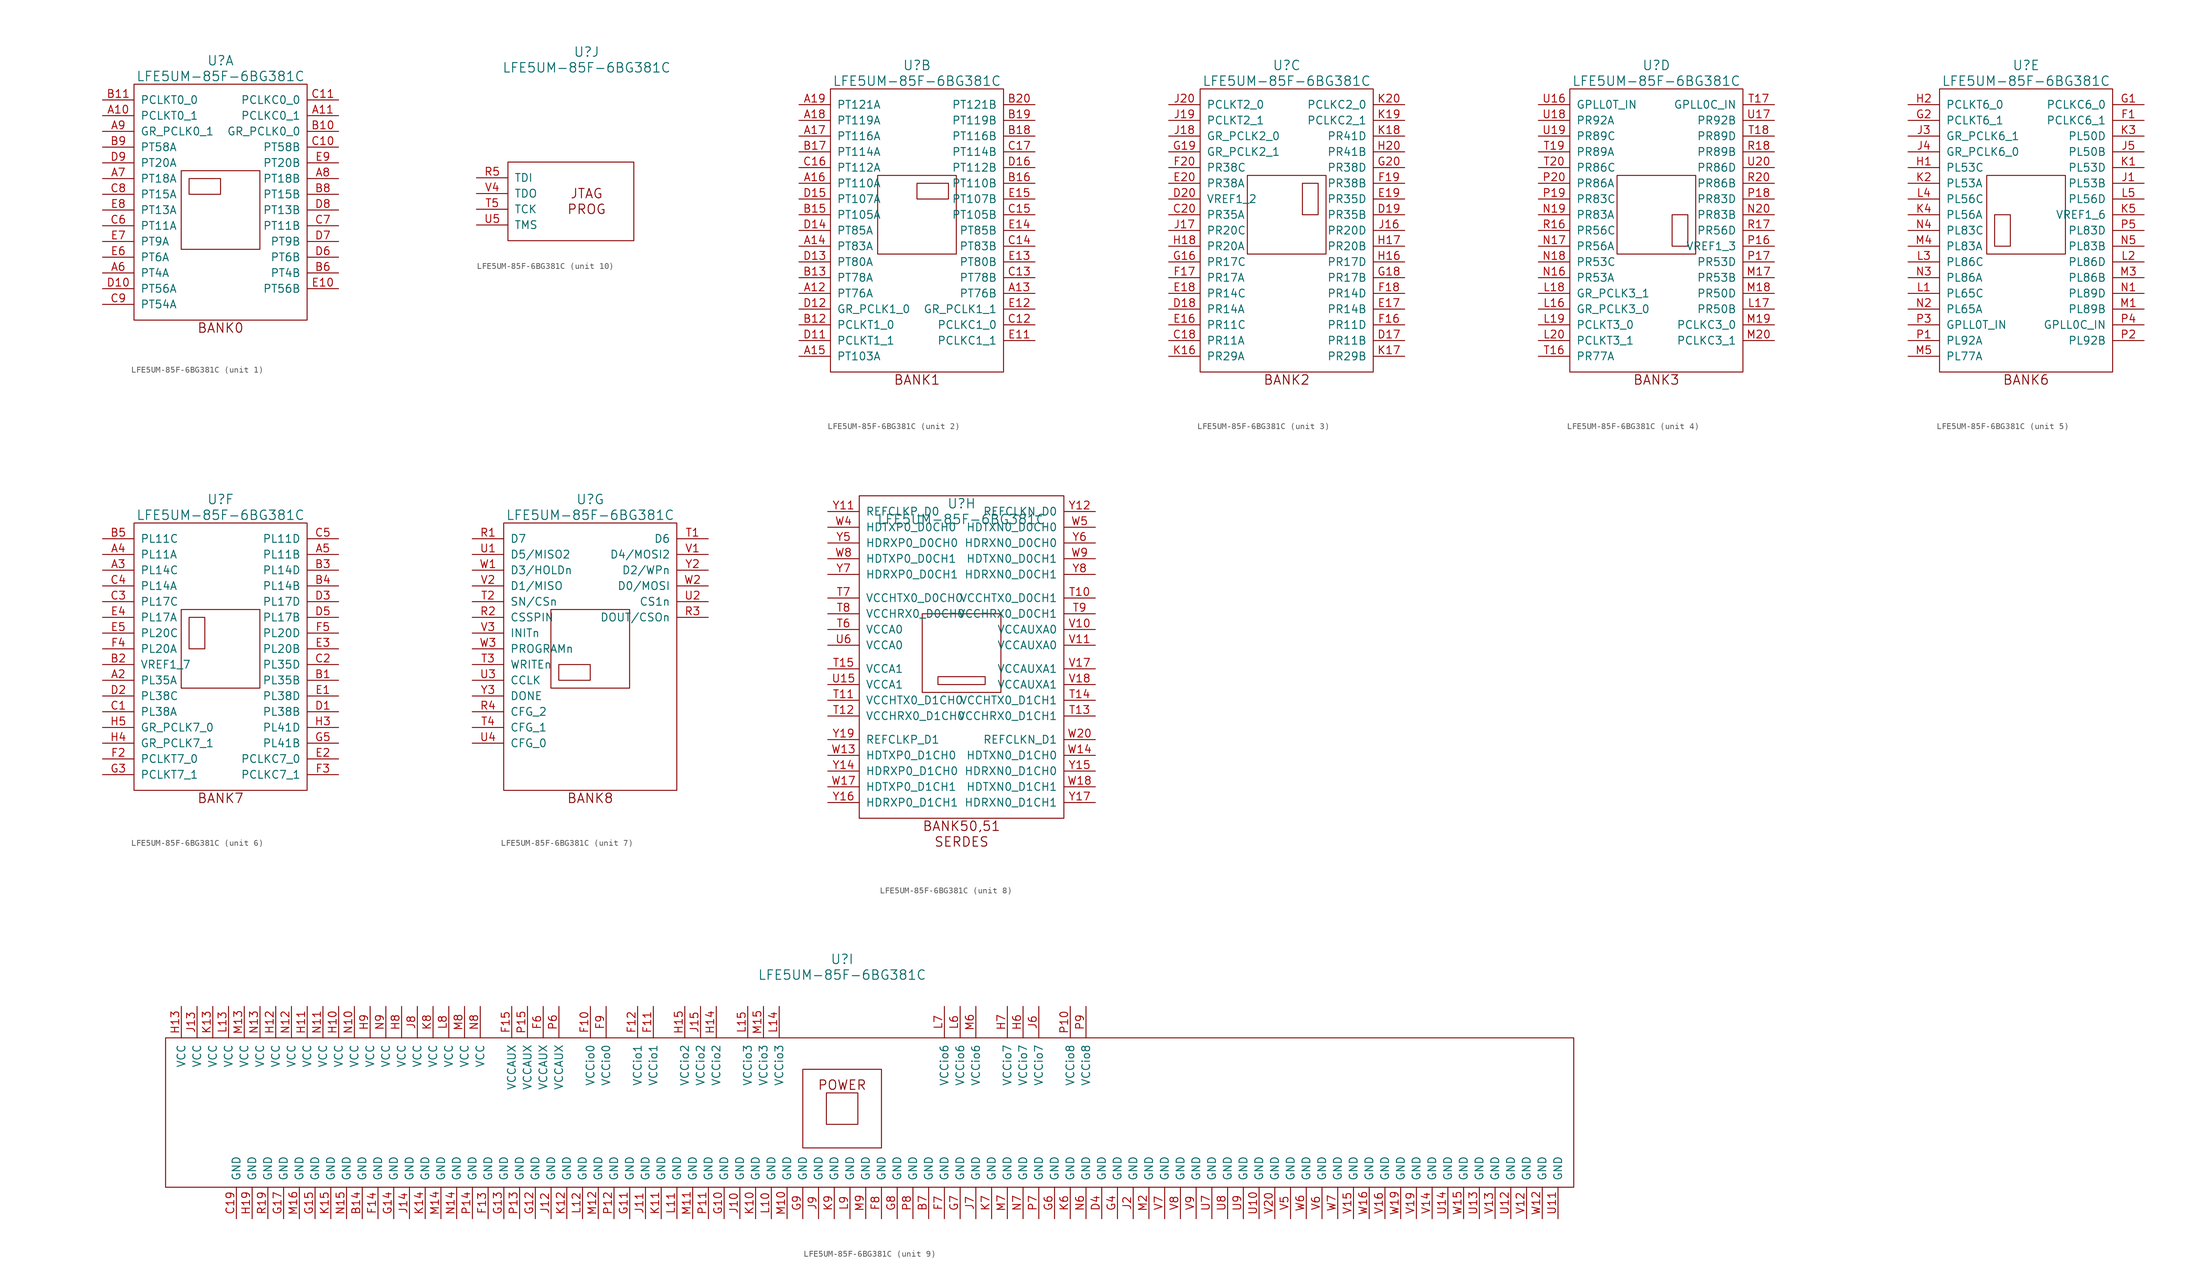
<source format=kicad_sym>
(kicad_symbol_lib
  (version 20241209)
  (generator "kicad_symbol_editor")
  (generator_version "9.0")
  (symbol "LFE5UM-85F-6BG381C"
    (pin_names
      (offset 1.016))
    (property "Reference" "U"
      (at 0 24.13 0)
      (effects (font (size 1.524 1.524))))
    (property "Value" "LFE5UM-85F-6BG381C"
      (at 0 21.59 0)
      (effects (font (size 1.524 1.524))))
    (property "Footprint" ""
      (at -26.67 24.13 0)
      (effects (font (size 1.524 1.524))))
    (property "Datasheet" ""
      (at -26.67 24.13 0)
      (effects (font (size 1.524 1.524))))
    (property "ki_locked" ""
      (at 0 0 0)
      (effects (font (size 1.27 1.27))))
    (symbol "LFE5UM-85F-6BG381C_1_1"
      (rectangle (start -13.97 20.32) (end 13.97 -17.78) (stroke (width 0) (type solid)) (fill (type none)))
      (rectangle (start -6.35 6.35) (end 6.35 -6.35) (stroke (width 0) (type solid)) (fill (type none)))
      (rectangle (start -5.08 5.08) (end 0 2.54) (stroke (width 0) (type solid)) (fill (type none)))
      (text "BANK0" (at 0 -19.05 0) (effects (font (size 1.524 1.524))))
      (pin input line (at -19.05 17.78 0) (length 5.08) (name "PCLKT0_0" (effects (font (size 1.27 1.27)))) (number "B11" (effects (font (size 1.27 1.27)))))
      (pin input line (at -19.05 15.24 0) (length 5.08) (name "PCLKT0_1" (effects (font (size 1.27 1.27)))) (number "A10" (effects (font (size 1.27 1.27)))))
      (pin input line (at -19.05 12.7 0) (length 5.08) (name "GR_PCLK0_1" (effects (font (size 1.27 1.27)))) (number "A9" (effects (font (size 1.27 1.27)))))
      (pin input line (at -19.05 10.16 0) (length 5.08) (name "PT58A" (effects (font (size 1.27 1.27)))) (number "B9" (effects (font (size 1.27 1.27)))))
      (pin input line (at -19.05 7.62 0) (length 5.08) (name "PT20A" (effects (font (size 1.27 1.27)))) (number "D9" (effects (font (size 1.27 1.27)))))
      (pin input line (at -19.05 5.08 0) (length 5.08) (name "PT18A" (effects (font (size 1.27 1.27)))) (number "A7" (effects (font (size 1.27 1.27)))))
      (pin input line (at -19.05 2.54 0) (length 5.08) (name "PT15A" (effects (font (size 1.27 1.27)))) (number "C8" (effects (font (size 1.27 1.27)))))
      (pin input line (at -19.05 0 0) (length 5.08) (name "PT13A" (effects (font (size 1.27 1.27)))) (number "E8" (effects (font (size 1.27 1.27)))))
      (pin input line (at -19.05 -2.54 0) (length 5.08) (name "PT11A" (effects (font (size 1.27 1.27)))) (number "C6" (effects (font (size 1.27 1.27)))))
      (pin input line (at -19.05 -5.08 0) (length 5.08) (name "PT9A" (effects (font (size 1.27 1.27)))) (number "E7" (effects (font (size 1.27 1.27)))))
      (pin input line (at -19.05 -7.62 0) (length 5.08) (name "PT6A" (effects (font (size 1.27 1.27)))) (number "E6" (effects (font (size 1.27 1.27)))))
      (pin input line (at -19.05 -10.16 0) (length 5.08) (name "PT4A" (effects (font (size 1.27 1.27)))) (number "A6" (effects (font (size 1.27 1.27)))))
      (pin input line (at -19.05 -12.7 0) (length 5.08) (name "PT56A" (effects (font (size 1.27 1.27)))) (number "D10" (effects (font (size 1.27 1.27)))))
      (pin input line (at -19.05 -15.24 0) (length 5.08) (name "PT54A" (effects (font (size 1.27 1.27)))) (number "C9" (effects (font (size 1.27 1.27)))))
      (pin input line (at 19.05 17.78 180) (length 5.08) (name "PCLKC0_0" (effects (font (size 1.27 1.27)))) (number "C11" (effects (font (size 1.27 1.27)))))
      (pin input line (at 19.05 15.24 180) (length 5.08) (name "PCLKC0_1" (effects (font (size 1.27 1.27)))) (number "A11" (effects (font (size 1.27 1.27)))))
      (pin input line (at 19.05 12.7 180) (length 5.08) (name "GR_PCLK0_0" (effects (font (size 1.27 1.27)))) (number "B10" (effects (font (size 1.27 1.27)))))
      (pin input line (at 19.05 10.16 180) (length 5.08) (name "PT58B" (effects (font (size 1.27 1.27)))) (number "C10" (effects (font (size 1.27 1.27)))))
      (pin input line (at 19.05 7.62 180) (length 5.08) (name "PT20B" (effects (font (size 1.27 1.27)))) (number "E9" (effects (font (size 1.27 1.27)))))
      (pin input line (at 19.05 5.08 180) (length 5.08) (name "PT18B" (effects (font (size 1.27 1.27)))) (number "A8" (effects (font (size 1.27 1.27)))))
      (pin input line (at 19.05 2.54 180) (length 5.08) (name "PT15B" (effects (font (size 1.27 1.27)))) (number "B8" (effects (font (size 1.27 1.27)))))
      (pin input line (at 19.05 0 180) (length 5.08) (name "PT13B" (effects (font (size 1.27 1.27)))) (number "D8" (effects (font (size 1.27 1.27)))))
      (pin input line (at 19.05 -2.54 180) (length 5.08) (name "PT11B" (effects (font (size 1.27 1.27)))) (number "C7" (effects (font (size 1.27 1.27)))))
      (pin input line (at 19.05 -5.08 180) (length 5.08) (name "PT9B" (effects (font (size 1.27 1.27)))) (number "D7" (effects (font (size 1.27 1.27)))))
      (pin input line (at 19.05 -7.62 180) (length 5.08) (name "PT6B" (effects (font (size 1.27 1.27)))) (number "D6" (effects (font (size 1.27 1.27)))))
      (pin input line (at 19.05 -10.16 180) (length 5.08) (name "PT4B" (effects (font (size 1.27 1.27)))) (number "B6" (effects (font (size 1.27 1.27)))))
      (pin input line (at 19.05 -12.7 180) (length 5.08) (name "PT56B" (effects (font (size 1.27 1.27)))) (number "E10" (effects (font (size 1.27 1.27))))))
    (symbol "LFE5UM-85F-6BG381C_2_0"
      (text "BANK1" (at 0 -26.67 0) (effects (font (size 1.524 1.524)))))
    (symbol "LFE5UM-85F-6BG381C_2_1"
      (rectangle (start -13.97 20.32) (end 13.97 -25.4) (stroke (width 0) (type solid)) (fill (type none)))
      (rectangle (start -6.35 6.35) (end 6.35 -6.35) (stroke (width 0) (type solid)) (fill (type none)))
      (rectangle (start 0 5.08) (end 5.08 2.54) (stroke (width 0) (type solid)) (fill (type none)))
      (pin input line (at -19.05 17.78 0) (length 5.08) (name "PT121A" (effects (font (size 1.27 1.27)))) (number "A19" (effects (font (size 1.27 1.27)))))
      (pin input line (at -19.05 15.24 0) (length 5.08) (name "PT119A" (effects (font (size 1.27 1.27)))) (number "A18" (effects (font (size 1.27 1.27)))))
      (pin input line (at -19.05 12.7 0) (length 5.08) (name "PT116A" (effects (font (size 1.27 1.27)))) (number "A17" (effects (font (size 1.27 1.27)))))
      (pin input line (at -19.05 10.16 0) (length 5.08) (name "PT114A" (effects (font (size 1.27 1.27)))) (number "B17" (effects (font (size 1.27 1.27)))))
      (pin input line (at -19.05 7.62 0) (length 5.08) (name "PT112A" (effects (font (size 1.27 1.27)))) (number "C16" (effects (font (size 1.27 1.27)))))
      (pin input line (at -19.05 5.08 0) (length 5.08) (name "PT110A" (effects (font (size 1.27 1.27)))) (number "A16" (effects (font (size 1.27 1.27)))))
      (pin input line (at -19.05 2.54 0) (length 5.08) (name "PT107A" (effects (font (size 1.27 1.27)))) (number "D15" (effects (font (size 1.27 1.27)))))
      (pin input line (at -19.05 0 0) (length 5.08) (name "PT105A" (effects (font (size 1.27 1.27)))) (number "B15" (effects (font (size 1.27 1.27)))))
      (pin input line (at -19.05 -2.54 0) (length 5.08) (name "PT85A" (effects (font (size 1.27 1.27)))) (number "D14" (effects (font (size 1.27 1.27)))))
      (pin input line (at -19.05 -5.08 0) (length 5.08) (name "PT83A" (effects (font (size 1.27 1.27)))) (number "A14" (effects (font (size 1.27 1.27)))))
      (pin input line (at -19.05 -7.62 0) (length 5.08) (name "PT80A" (effects (font (size 1.27 1.27)))) (number "D13" (effects (font (size 1.27 1.27)))))
      (pin input line (at -19.05 -10.16 0) (length 5.08) (name "PT78A" (effects (font (size 1.27 1.27)))) (number "B13" (effects (font (size 1.27 1.27)))))
      (pin input line (at -19.05 -12.7 0) (length 5.08) (name "PT76A" (effects (font (size 1.27 1.27)))) (number "A12" (effects (font (size 1.27 1.27)))))
      (pin input line (at -19.05 -15.24 0) (length 5.08) (name "GR_PCLK1_0" (effects (font (size 1.27 1.27)))) (number "D12" (effects (font (size 1.27 1.27)))))
      (pin input line (at -19.05 -17.78 0) (length 5.08) (name "PCLKT1_0" (effects (font (size 1.27 1.27)))) (number "B12" (effects (font (size 1.27 1.27)))))
      (pin input line (at -19.05 -20.32 0) (length 5.08) (name "PCLKT1_1" (effects (font (size 1.27 1.27)))) (number "D11" (effects (font (size 1.27 1.27)))))
      (pin input line (at -19.05 -22.86 0) (length 5.08) (name "PT103A" (effects (font (size 1.27 1.27)))) (number "A15" (effects (font (size 1.27 1.27)))))
      (pin input line (at 19.05 17.78 180) (length 5.08) (name "PT121B" (effects (font (size 1.27 1.27)))) (number "B20" (effects (font (size 1.27 1.27)))))
      (pin input line (at 19.05 15.24 180) (length 5.08) (name "PT119B" (effects (font (size 1.27 1.27)))) (number "B19" (effects (font (size 1.27 1.27)))))
      (pin input line (at 19.05 12.7 180) (length 5.08) (name "PT116B" (effects (font (size 1.27 1.27)))) (number "B18" (effects (font (size 1.27 1.27)))))
      (pin input line (at 19.05 10.16 180) (length 5.08) (name "PT114B" (effects (font (size 1.27 1.27)))) (number "C17" (effects (font (size 1.27 1.27)))))
      (pin input line (at 19.05 7.62 180) (length 5.08) (name "PT112B" (effects (font (size 1.27 1.27)))) (number "D16" (effects (font (size 1.27 1.27)))))
      (pin input line (at 19.05 5.08 180) (length 5.08) (name "PT110B" (effects (font (size 1.27 1.27)))) (number "B16" (effects (font (size 1.27 1.27)))))
      (pin input line (at 19.05 2.54 180) (length 5.08) (name "PT107B" (effects (font (size 1.27 1.27)))) (number "E15" (effects (font (size 1.27 1.27)))))
      (pin input line (at 19.05 0 180) (length 5.08) (name "PT105B" (effects (font (size 1.27 1.27)))) (number "C15" (effects (font (size 1.27 1.27)))))
      (pin input line (at 19.05 -2.54 180) (length 5.08) (name "PT85B" (effects (font (size 1.27 1.27)))) (number "E14" (effects (font (size 1.27 1.27)))))
      (pin input line (at 19.05 -5.08 180) (length 5.08) (name "PT83B" (effects (font (size 1.27 1.27)))) (number "C14" (effects (font (size 1.27 1.27)))))
      (pin input line (at 19.05 -7.62 180) (length 5.08) (name "PT80B" (effects (font (size 1.27 1.27)))) (number "E13" (effects (font (size 1.27 1.27)))))
      (pin input line (at 19.05 -10.16 180) (length 5.08) (name "PT78B" (effects (font (size 1.27 1.27)))) (number "C13" (effects (font (size 1.27 1.27)))))
      (pin input line (at 19.05 -12.7 180) (length 5.08) (name "PT76B" (effects (font (size 1.27 1.27)))) (number "A13" (effects (font (size 1.27 1.27)))))
      (pin input line (at 19.05 -15.24 180) (length 5.08) (name "GR_PCLK1_1" (effects (font (size 1.27 1.27)))) (number "E12" (effects (font (size 1.27 1.27)))))
      (pin input line (at 19.05 -17.78 180) (length 5.08) (name "PCLKC1_0" (effects (font (size 1.27 1.27)))) (number "C12" (effects (font (size 1.27 1.27)))))
      (pin input line (at 19.05 -20.32 180) (length 5.08) (name "PCLKC1_1" (effects (font (size 1.27 1.27)))) (number "E11" (effects (font (size 1.27 1.27))))))
    (symbol "LFE5UM-85F-6BG381C_3_0"
      (text "BANK2" (at 0 -26.67 0) (effects (font (size 1.524 1.524)))))
    (symbol "LFE5UM-85F-6BG381C_3_1"
      (rectangle (start -13.97 20.32) (end 13.97 -25.4) (stroke (width 0) (type solid)) (fill (type none)))
      (rectangle (start -6.35 6.35) (end 6.35 -6.35) (stroke (width 0) (type solid)) (fill (type none)))
      (rectangle (start 5.08 5.08) (end 2.54 0) (stroke (width 0) (type solid)) (fill (type none)))
      (pin input line (at -19.05 17.78 0) (length 5.08) (name "PCLKT2_0" (effects (font (size 1.27 1.27)))) (number "J20" (effects (font (size 1.27 1.27)))))
      (pin input line (at -19.05 15.24 0) (length 5.08) (name "PCLKT2_1" (effects (font (size 1.27 1.27)))) (number "J19" (effects (font (size 1.27 1.27)))))
      (pin input line (at -19.05 12.7 0) (length 5.08) (name "GR_PCLK2_0" (effects (font (size 1.27 1.27)))) (number "J18" (effects (font (size 1.27 1.27)))))
      (pin input line (at -19.05 10.16 0) (length 5.08) (name "GR_PCLK2_1" (effects (font (size 1.27 1.27)))) (number "G19" (effects (font (size 1.27 1.27)))))
      (pin input line (at -19.05 7.62 0) (length 5.08) (name "PR38C" (effects (font (size 1.27 1.27)))) (number "F20" (effects (font (size 1.27 1.27)))))
      (pin input line (at -19.05 5.08 0) (length 5.08) (name "PR38A" (effects (font (size 1.27 1.27)))) (number "E20" (effects (font (size 1.27 1.27)))))
      (pin input line (at -19.05 2.54 0) (length 5.08) (name "VREF1_2" (effects (font (size 1.27 1.27)))) (number "D20" (effects (font (size 1.27 1.27)))))
      (pin input line (at -19.05 0 0) (length 5.08) (name "PR35A" (effects (font (size 1.27 1.27)))) (number "C20" (effects (font (size 1.27 1.27)))))
      (pin input line (at -19.05 -2.54 0) (length 5.08) (name "PR20C" (effects (font (size 1.27 1.27)))) (number "J17" (effects (font (size 1.27 1.27)))))
      (pin input line (at -19.05 -5.08 0) (length 5.08) (name "PR20A" (effects (font (size 1.27 1.27)))) (number "H18" (effects (font (size 1.27 1.27)))))
      (pin input line (at -19.05 -7.62 0) (length 5.08) (name "PR17C" (effects (font (size 1.27 1.27)))) (number "G16" (effects (font (size 1.27 1.27)))))
      (pin input line (at -19.05 -10.16 0) (length 5.08) (name "PR17A" (effects (font (size 1.27 1.27)))) (number "F17" (effects (font (size 1.27 1.27)))))
      (pin input line (at -19.05 -12.7 0) (length 5.08) (name "PR14C" (effects (font (size 1.27 1.27)))) (number "E18" (effects (font (size 1.27 1.27)))))
      (pin input line (at -19.05 -15.24 0) (length 5.08) (name "PR14A" (effects (font (size 1.27 1.27)))) (number "D18" (effects (font (size 1.27 1.27)))))
      (pin input line (at -19.05 -17.78 0) (length 5.08) (name "PR11C" (effects (font (size 1.27 1.27)))) (number "E16" (effects (font (size 1.27 1.27)))))
      (pin input line (at -19.05 -20.32 0) (length 5.08) (name "PR11A" (effects (font (size 1.27 1.27)))) (number "C18" (effects (font (size 1.27 1.27)))))
      (pin input line (at -19.05 -22.86 0) (length 5.08) (name "PR29A" (effects (font (size 1.27 1.27)))) (number "K16" (effects (font (size 1.27 1.27)))))
      (pin input line (at 19.05 17.78 180) (length 5.08) (name "PCLKC2_0" (effects (font (size 1.27 1.27)))) (number "K20" (effects (font (size 1.27 1.27)))))
      (pin input line (at 19.05 15.24 180) (length 5.08) (name "PCLKC2_1" (effects (font (size 1.27 1.27)))) (number "K19" (effects (font (size 1.27 1.27)))))
      (pin input line (at 19.05 12.7 180) (length 5.08) (name "PR41D" (effects (font (size 1.27 1.27)))) (number "K18" (effects (font (size 1.27 1.27)))))
      (pin input line (at 19.05 10.16 180) (length 5.08) (name "PR41B" (effects (font (size 1.27 1.27)))) (number "H20" (effects (font (size 1.27 1.27)))))
      (pin input line (at 19.05 7.62 180) (length 5.08) (name "PR38D" (effects (font (size 1.27 1.27)))) (number "G20" (effects (font (size 1.27 1.27)))))
      (pin input line (at 19.05 5.08 180) (length 5.08) (name "PR38B" (effects (font (size 1.27 1.27)))) (number "F19" (effects (font (size 1.27 1.27)))))
      (pin input line (at 19.05 2.54 180) (length 5.08) (name "PR35D" (effects (font (size 1.27 1.27)))) (number "E19" (effects (font (size 1.27 1.27)))))
      (pin input line (at 19.05 0 180) (length 5.08) (name "PR35B" (effects (font (size 1.27 1.27)))) (number "D19" (effects (font (size 1.27 1.27)))))
      (pin input line (at 19.05 -2.54 180) (length 5.08) (name "PR20D" (effects (font (size 1.27 1.27)))) (number "J16" (effects (font (size 1.27 1.27)))))
      (pin input line (at 19.05 -5.08 180) (length 5.08) (name "PR20B" (effects (font (size 1.27 1.27)))) (number "H17" (effects (font (size 1.27 1.27)))))
      (pin input line (at 19.05 -7.62 180) (length 5.08) (name "PR17D" (effects (font (size 1.27 1.27)))) (number "H16" (effects (font (size 1.27 1.27)))))
      (pin input line (at 19.05 -10.16 180) (length 5.08) (name "PR17B" (effects (font (size 1.27 1.27)))) (number "G18" (effects (font (size 1.27 1.27)))))
      (pin input line (at 19.05 -12.7 180) (length 5.08) (name "PR14D" (effects (font (size 1.27 1.27)))) (number "F18" (effects (font (size 1.27 1.27)))))
      (pin input line (at 19.05 -15.24 180) (length 5.08) (name "PR14B" (effects (font (size 1.27 1.27)))) (number "E17" (effects (font (size 1.27 1.27)))))
      (pin input line (at 19.05 -17.78 180) (length 5.08) (name "PR11D" (effects (font (size 1.27 1.27)))) (number "F16" (effects (font (size 1.27 1.27)))))
      (pin input line (at 19.05 -20.32 180) (length 5.08) (name "PR11B" (effects (font (size 1.27 1.27)))) (number "D17" (effects (font (size 1.27 1.27)))))
      (pin input line (at 19.05 -22.86 180) (length 5.08) (name "PR29B" (effects (font (size 1.27 1.27)))) (number "K17" (effects (font (size 1.27 1.27))))))
    (symbol "LFE5UM-85F-6BG381C_4_0"
      (text "BANK3" (at 0 -26.67 0) (effects (font (size 1.524 1.524)))))
    (symbol "LFE5UM-85F-6BG381C_4_1"
      (rectangle (start -13.97 20.32) (end 13.97 -25.4) (stroke (width 0) (type solid)) (fill (type none)))
      (rectangle (start -6.35 6.35) (end 6.35 -6.35) (stroke (width 0) (type solid)) (fill (type none)))
      (rectangle (start 2.54 0) (end 5.08 -5.08) (stroke (width 0) (type solid)) (fill (type none)))
      (pin input line (at -19.05 17.78 0) (length 5.08) (name "GPLL0T_IN" (effects (font (size 1.27 1.27)))) (number "U16" (effects (font (size 1.27 1.27)))))
      (pin input line (at -19.05 15.24 0) (length 5.08) (name "PR92A" (effects (font (size 1.27 1.27)))) (number "U18" (effects (font (size 1.27 1.27)))))
      (pin input line (at -19.05 12.7 0) (length 5.08) (name "PR89C" (effects (font (size 1.27 1.27)))) (number "U19" (effects (font (size 1.27 1.27)))))
      (pin input line (at -19.05 10.16 0) (length 5.08) (name "PR89A" (effects (font (size 1.27 1.27)))) (number "T19" (effects (font (size 1.27 1.27)))))
      (pin input line (at -19.05 7.62 0) (length 5.08) (name "PR86C" (effects (font (size 1.27 1.27)))) (number "T20" (effects (font (size 1.27 1.27)))))
      (pin input line (at -19.05 5.08 0) (length 5.08) (name "PR86A" (effects (font (size 1.27 1.27)))) (number "P20" (effects (font (size 1.27 1.27)))))
      (pin input line (at -19.05 2.54 0) (length 5.08) (name "PR83C" (effects (font (size 1.27 1.27)))) (number "P19" (effects (font (size 1.27 1.27)))))
      (pin input line (at -19.05 0 0) (length 5.08) (name "PR83A" (effects (font (size 1.27 1.27)))) (number "N19" (effects (font (size 1.27 1.27)))))
      (pin input line (at -19.05 -2.54 0) (length 5.08) (name "PR56C" (effects (font (size 1.27 1.27)))) (number "R16" (effects (font (size 1.27 1.27)))))
      (pin input line (at -19.05 -5.08 0) (length 5.08) (name "PR56A" (effects (font (size 1.27 1.27)))) (number "N17" (effects (font (size 1.27 1.27)))))
      (pin input line (at -19.05 -7.62 0) (length 5.08) (name "PR53C" (effects (font (size 1.27 1.27)))) (number "N18" (effects (font (size 1.27 1.27)))))
      (pin input line (at -19.05 -10.16 0) (length 5.08) (name "PR53A" (effects (font (size 1.27 1.27)))) (number "N16" (effects (font (size 1.27 1.27)))))
      (pin input line (at -19.05 -12.7 0) (length 5.08) (name "GR_PCLK3_1" (effects (font (size 1.27 1.27)))) (number "L18" (effects (font (size 1.27 1.27)))))
      (pin input line (at -19.05 -15.24 0) (length 5.08) (name "GR_PCLK3_0" (effects (font (size 1.27 1.27)))) (number "L16" (effects (font (size 1.27 1.27)))))
      (pin input line (at -19.05 -17.78 0) (length 5.08) (name "PCLKT3_0" (effects (font (size 1.27 1.27)))) (number "L19" (effects (font (size 1.27 1.27)))))
      (pin input line (at -19.05 -20.32 0) (length 5.08) (name "PCLKT3_1" (effects (font (size 1.27 1.27)))) (number "L20" (effects (font (size 1.27 1.27)))))
      (pin input line (at -19.05 -22.86 0) (length 5.08) (name "PR77A" (effects (font (size 1.27 1.27)))) (number "T16" (effects (font (size 1.27 1.27)))))
      (pin input line (at 19.05 17.78 180) (length 5.08) (name "GPLL0C_IN" (effects (font (size 1.27 1.27)))) (number "T17" (effects (font (size 1.27 1.27)))))
      (pin input line (at 19.05 15.24 180) (length 5.08) (name "PR92B" (effects (font (size 1.27 1.27)))) (number "U17" (effects (font (size 1.27 1.27)))))
      (pin input line (at 19.05 12.7 180) (length 5.08) (name "PR89D" (effects (font (size 1.27 1.27)))) (number "T18" (effects (font (size 1.27 1.27)))))
      (pin input line (at 19.05 10.16 180) (length 5.08) (name "PR89B" (effects (font (size 1.27 1.27)))) (number "R18" (effects (font (size 1.27 1.27)))))
      (pin input line (at 19.05 7.62 180) (length 5.08) (name "PR86D" (effects (font (size 1.27 1.27)))) (number "U20" (effects (font (size 1.27 1.27)))))
      (pin input line (at 19.05 5.08 180) (length 5.08) (name "PR86B" (effects (font (size 1.27 1.27)))) (number "R20" (effects (font (size 1.27 1.27)))))
      (pin input line (at 19.05 2.54 180) (length 5.08) (name "PR83D" (effects (font (size 1.27 1.27)))) (number "P18" (effects (font (size 1.27 1.27)))))
      (pin input line (at 19.05 0 180) (length 5.08) (name "PR83B" (effects (font (size 1.27 1.27)))) (number "N20" (effects (font (size 1.27 1.27)))))
      (pin input line (at 19.05 -2.54 180) (length 5.08) (name "PR56D" (effects (font (size 1.27 1.27)))) (number "R17" (effects (font (size 1.27 1.27)))))
      (pin input line (at 19.05 -5.08 180) (length 5.08) (name "VREF1_3" (effects (font (size 1.27 1.27)))) (number "P16" (effects (font (size 1.27 1.27)))))
      (pin input line (at 19.05 -7.62 180) (length 5.08) (name "PR53D" (effects (font (size 1.27 1.27)))) (number "P17" (effects (font (size 1.27 1.27)))))
      (pin input line (at 19.05 -10.16 180) (length 5.08) (name "PR53B" (effects (font (size 1.27 1.27)))) (number "M17" (effects (font (size 1.27 1.27)))))
      (pin input line (at 19.05 -12.7 180) (length 5.08) (name "PR50D" (effects (font (size 1.27 1.27)))) (number "M18" (effects (font (size 1.27 1.27)))))
      (pin input line (at 19.05 -15.24 180) (length 5.08) (name "PR50B" (effects (font (size 1.27 1.27)))) (number "L17" (effects (font (size 1.27 1.27)))))
      (pin input line (at 19.05 -17.78 180) (length 5.08) (name "PCLKC3_0" (effects (font (size 1.27 1.27)))) (number "M19" (effects (font (size 1.27 1.27)))))
      (pin input line (at 19.05 -20.32 180) (length 5.08) (name "PCLKC3_1" (effects (font (size 1.27 1.27)))) (number "M20" (effects (font (size 1.27 1.27))))))
    (symbol "LFE5UM-85F-6BG381C_5_0"
      (text "BANK6" (at 0 -26.67 0) (effects (font (size 1.524 1.524)))))
    (symbol "LFE5UM-85F-6BG381C_5_1"
      (rectangle (start -13.97 20.32) (end 13.97 -25.4) (stroke (width 0) (type solid)) (fill (type none)))
      (rectangle (start -6.35 6.35) (end 6.35 -6.35) (stroke (width 0) (type solid)) (fill (type none)))
      (rectangle (start -5.08 0) (end -2.54 -5.08) (stroke (width 0) (type solid)) (fill (type none)))
      (pin input line (at -19.05 17.78 0) (length 5.08) (name "PCLKT6_0" (effects (font (size 1.27 1.27)))) (number "H2" (effects (font (size 1.27 1.27)))))
      (pin input line (at -19.05 15.24 0) (length 5.08) (name "PCLKT6_1" (effects (font (size 1.27 1.27)))) (number "G2" (effects (font (size 1.27 1.27)))))
      (pin input line (at -19.05 12.7 0) (length 5.08) (name "GR_PCLK6_1" (effects (font (size 1.27 1.27)))) (number "J3" (effects (font (size 1.27 1.27)))))
      (pin input line (at -19.05 10.16 0) (length 5.08) (name "GR_PCLK6_0" (effects (font (size 1.27 1.27)))) (number "J4" (effects (font (size 1.27 1.27)))))
      (pin input line (at -19.05 7.62 0) (length 5.08) (name "PL53C" (effects (font (size 1.27 1.27)))) (number "H1" (effects (font (size 1.27 1.27)))))
      (pin input line (at -19.05 5.08 0) (length 5.08) (name "PL53A" (effects (font (size 1.27 1.27)))) (number "K2" (effects (font (size 1.27 1.27)))))
      (pin input line (at -19.05 2.54 0) (length 5.08) (name "PL56C" (effects (font (size 1.27 1.27)))) (number "L4" (effects (font (size 1.27 1.27)))))
      (pin input line (at -19.05 0 0) (length 5.08) (name "PL56A" (effects (font (size 1.27 1.27)))) (number "K4" (effects (font (size 1.27 1.27)))))
      (pin input line (at -19.05 -2.54 0) (length 5.08) (name "PL83C" (effects (font (size 1.27 1.27)))) (number "N4" (effects (font (size 1.27 1.27)))))
      (pin input line (at -19.05 -5.08 0) (length 5.08) (name "PL83A" (effects (font (size 1.27 1.27)))) (number "M4" (effects (font (size 1.27 1.27)))))
      (pin input line (at -19.05 -7.62 0) (length 5.08) (name "PL86C" (effects (font (size 1.27 1.27)))) (number "L3" (effects (font (size 1.27 1.27)))))
      (pin input line (at -19.05 -10.16 0) (length 5.08) (name "PL86A" (effects (font (size 1.27 1.27)))) (number "N3" (effects (font (size 1.27 1.27)))))
      (pin input line (at -19.05 -12.7 0) (length 5.08) (name "PL65C" (effects (font (size 1.27 1.27)))) (number "L1" (effects (font (size 1.27 1.27)))))
      (pin input line (at -19.05 -15.24 0) (length 5.08) (name "PL65A" (effects (font (size 1.27 1.27)))) (number "N2" (effects (font (size 1.27 1.27)))))
      (pin input line (at -19.05 -17.78 0) (length 5.08) (name "GPLL0T_IN" (effects (font (size 1.27 1.27)))) (number "P3" (effects (font (size 1.27 1.27)))))
      (pin input line (at -19.05 -20.32 0) (length 5.08) (name "PL92A" (effects (font (size 1.27 1.27)))) (number "P1" (effects (font (size 1.27 1.27)))))
      (pin input line (at -19.05 -22.86 0) (length 5.08) (name "PL77A" (effects (font (size 1.27 1.27)))) (number "M5" (effects (font (size 1.27 1.27)))))
      (pin input line (at 19.05 17.78 180) (length 5.08) (name "PCLKC6_0" (effects (font (size 1.27 1.27)))) (number "G1" (effects (font (size 1.27 1.27)))))
      (pin input line (at 19.05 15.24 180) (length 5.08) (name "PCLKC6_1" (effects (font (size 1.27 1.27)))) (number "F1" (effects (font (size 1.27 1.27)))))
      (pin input line (at 19.05 12.7 180) (length 5.08) (name "PL50D" (effects (font (size 1.27 1.27)))) (number "K3" (effects (font (size 1.27 1.27)))))
      (pin input line (at 19.05 10.16 180) (length 5.08) (name "PL50B" (effects (font (size 1.27 1.27)))) (number "J5" (effects (font (size 1.27 1.27)))))
      (pin input line (at 19.05 7.62 180) (length 5.08) (name "PL53D" (effects (font (size 1.27 1.27)))) (number "K1" (effects (font (size 1.27 1.27)))))
      (pin input line (at 19.05 5.08 180) (length 5.08) (name "PL53B" (effects (font (size 1.27 1.27)))) (number "J1" (effects (font (size 1.27 1.27)))))
      (pin input line (at 19.05 2.54 180) (length 5.08) (name "PL56D" (effects (font (size 1.27 1.27)))) (number "L5" (effects (font (size 1.27 1.27)))))
      (pin input line (at 19.05 0 180) (length 5.08) (name "VREF1_6" (effects (font (size 1.27 1.27)))) (number "K5" (effects (font (size 1.27 1.27)))))
      (pin input line (at 19.05 -2.54 180) (length 5.08) (name "PL83D" (effects (font (size 1.27 1.27)))) (number "P5" (effects (font (size 1.27 1.27)))))
      (pin input line (at 19.05 -5.08 180) (length 5.08) (name "PL83B" (effects (font (size 1.27 1.27)))) (number "N5" (effects (font (size 1.27 1.27)))))
      (pin input line (at 19.05 -7.62 180) (length 5.08) (name "PL86D" (effects (font (size 1.27 1.27)))) (number "L2" (effects (font (size 1.27 1.27)))))
      (pin input line (at 19.05 -10.16 180) (length 5.08) (name "PL86B" (effects (font (size 1.27 1.27)))) (number "M3" (effects (font (size 1.27 1.27)))))
      (pin input line (at 19.05 -12.7 180) (length 5.08) (name "PL89D" (effects (font (size 1.27 1.27)))) (number "N1" (effects (font (size 1.27 1.27)))))
      (pin input line (at 19.05 -15.24 180) (length 5.08) (name "PL89B" (effects (font (size 1.27 1.27)))) (number "M1" (effects (font (size 1.27 1.27)))))
      (pin input line (at 19.05 -17.78 180) (length 5.08) (name "GPLL0C_IN" (effects (font (size 1.27 1.27)))) (number "P4" (effects (font (size 1.27 1.27)))))
      (pin input line (at 19.05 -20.32 180) (length 5.08) (name "PL92B" (effects (font (size 1.27 1.27)))) (number "P2" (effects (font (size 1.27 1.27))))))
    (symbol "LFE5UM-85F-6BG381C_6_0"
      (text "BANK7" (at 0 -24.13 0) (effects (font (size 1.524 1.524)))))
    (symbol "LFE5UM-85F-6BG381C_6_1"
      (rectangle (start -13.97 20.32) (end 13.97 -22.86) (stroke (width 0) (type solid)) (fill (type none)))
      (rectangle (start -6.35 6.35) (end 6.35 -6.35) (stroke (width 0) (type solid)) (fill (type none)))
      (rectangle (start -5.08 5.08) (end -2.54 0) (stroke (width 0) (type solid)) (fill (type none)))
      (pin input line (at -19.05 17.78 0) (length 5.08) (name "PL11C" (effects (font (size 1.27 1.27)))) (number "B5" (effects (font (size 1.27 1.27)))))
      (pin input line (at -19.05 15.24 0) (length 5.08) (name "PL11A" (effects (font (size 1.27 1.27)))) (number "A4" (effects (font (size 1.27 1.27)))))
      (pin input line (at -19.05 12.7 0) (length 5.08) (name "PL14C" (effects (font (size 1.27 1.27)))) (number "A3" (effects (font (size 1.27 1.27)))))
      (pin input line (at -19.05 10.16 0) (length 5.08) (name "PL14A" (effects (font (size 1.27 1.27)))) (number "C4" (effects (font (size 1.27 1.27)))))
      (pin input line (at -19.05 7.62 0) (length 5.08) (name "PL17C" (effects (font (size 1.27 1.27)))) (number "C3" (effects (font (size 1.27 1.27)))))
      (pin input line (at -19.05 5.08 0) (length 5.08) (name "PL17A" (effects (font (size 1.27 1.27)))) (number "E4" (effects (font (size 1.27 1.27)))))
      (pin input line (at -19.05 2.54 0) (length 5.08) (name "PL20C" (effects (font (size 1.27 1.27)))) (number "E5" (effects (font (size 1.27 1.27)))))
      (pin input line (at -19.05 0 0) (length 5.08) (name "PL20A" (effects (font (size 1.27 1.27)))) (number "F4" (effects (font (size 1.27 1.27)))))
      (pin input line (at -19.05 -2.54 0) (length 5.08) (name "VREF1_7" (effects (font (size 1.27 1.27)))) (number "B2" (effects (font (size 1.27 1.27)))))
      (pin input line (at -19.05 -5.08 0) (length 5.08) (name "PL35A" (effects (font (size 1.27 1.27)))) (number "A2" (effects (font (size 1.27 1.27)))))
      (pin input line (at -19.05 -7.62 0) (length 5.08) (name "PL38C" (effects (font (size 1.27 1.27)))) (number "D2" (effects (font (size 1.27 1.27)))))
      (pin input line (at -19.05 -10.16 0) (length 5.08) (name "PL38A" (effects (font (size 1.27 1.27)))) (number "C1" (effects (font (size 1.27 1.27)))))
      (pin input line (at -19.05 -12.7 0) (length 5.08) (name "GR_PCLK7_0" (effects (font (size 1.27 1.27)))) (number "H5" (effects (font (size 1.27 1.27)))))
      (pin input line (at -19.05 -15.24 0) (length 5.08) (name "GR_PCLK7_1" (effects (font (size 1.27 1.27)))) (number "H4" (effects (font (size 1.27 1.27)))))
      (pin input line (at -19.05 -17.78 0) (length 5.08) (name "PCLKT7_0" (effects (font (size 1.27 1.27)))) (number "F2" (effects (font (size 1.27 1.27)))))
      (pin input line (at -19.05 -20.32 0) (length 5.08) (name "PCLKT7_1" (effects (font (size 1.27 1.27)))) (number "G3" (effects (font (size 1.27 1.27)))))
      (pin input line (at 19.05 17.78 180) (length 5.08) (name "PL11D" (effects (font (size 1.27 1.27)))) (number "C5" (effects (font (size 1.27 1.27)))))
      (pin input line (at 19.05 15.24 180) (length 5.08) (name "PL11B" (effects (font (size 1.27 1.27)))) (number "A5" (effects (font (size 1.27 1.27)))))
      (pin input line (at 19.05 12.7 180) (length 5.08) (name "PL14D" (effects (font (size 1.27 1.27)))) (number "B3" (effects (font (size 1.27 1.27)))))
      (pin input line (at 19.05 10.16 180) (length 5.08) (name "PL14B" (effects (font (size 1.27 1.27)))) (number "B4" (effects (font (size 1.27 1.27)))))
      (pin input line (at 19.05 7.62 180) (length 5.08) (name "PL17D" (effects (font (size 1.27 1.27)))) (number "D3" (effects (font (size 1.27 1.27)))))
      (pin input line (at 19.05 5.08 180) (length 5.08) (name "PL17B" (effects (font (size 1.27 1.27)))) (number "D5" (effects (font (size 1.27 1.27)))))
      (pin input line (at 19.05 2.54 180) (length 5.08) (name "PL20D" (effects (font (size 1.27 1.27)))) (number "F5" (effects (font (size 1.27 1.27)))))
      (pin input line (at 19.05 0 180) (length 5.08) (name "PL20B" (effects (font (size 1.27 1.27)))) (number "E3" (effects (font (size 1.27 1.27)))))
      (pin input line (at 19.05 -2.54 180) (length 5.08) (name "PL35D" (effects (font (size 1.27 1.27)))) (number "C2" (effects (font (size 1.27 1.27)))))
      (pin input line (at 19.05 -5.08 180) (length 5.08) (name "PL35B" (effects (font (size 1.27 1.27)))) (number "B1" (effects (font (size 1.27 1.27)))))
      (pin input line (at 19.05 -7.62 180) (length 5.08) (name "PL38D" (effects (font (size 1.27 1.27)))) (number "E1" (effects (font (size 1.27 1.27)))))
      (pin input line (at 19.05 -10.16 180) (length 5.08) (name "PL38B" (effects (font (size 1.27 1.27)))) (number "D1" (effects (font (size 1.27 1.27)))))
      (pin input line (at 19.05 -12.7 180) (length 5.08) (name "PL41D" (effects (font (size 1.27 1.27)))) (number "H3" (effects (font (size 1.27 1.27)))))
      (pin input line (at 19.05 -15.24 180) (length 5.08) (name "PL41B" (effects (font (size 1.27 1.27)))) (number "G5" (effects (font (size 1.27 1.27)))))
      (pin input line (at 19.05 -17.78 180) (length 5.08) (name "PCLKC7_0" (effects (font (size 1.27 1.27)))) (number "E2" (effects (font (size 1.27 1.27)))))
      (pin input line (at 19.05 -20.32 180) (length 5.08) (name "PCLKC7_1" (effects (font (size 1.27 1.27)))) (number "F3" (effects (font (size 1.27 1.27))))))
    (symbol "LFE5UM-85F-6BG381C_7_0"
      (text "BANK8" (at 0 -24.13 0) (effects (font (size 1.524 1.524)))))
    (symbol "LFE5UM-85F-6BG381C_7_1"
      (rectangle (start -13.97 20.32) (end 13.97 -22.86) (stroke (width 0) (type solid)) (fill (type none)))
      (rectangle (start -6.35 6.35) (end 6.35 -6.35) (stroke (width 0) (type solid)) (fill (type none)))
      (rectangle (start -5.08 -5.08) (end 0 -2.54) (stroke (width 0) (type solid)) (fill (type none)))
      (pin input line (at -19.05 17.78 0) (length 5.08) (name "D7" (effects (font (size 1.27 1.27)))) (number "R1" (effects (font (size 1.27 1.27)))))
      (pin input line (at -19.05 15.24 0) (length 5.08) (name "D5/MISO2" (effects (font (size 1.27 1.27)))) (number "U1" (effects (font (size 1.27 1.27)))))
      (pin input line (at -19.05 12.7 0) (length 5.08) (name "D3/HOLDn" (effects (font (size 1.27 1.27)))) (number "W1" (effects (font (size 1.27 1.27)))))
      (pin input line (at -19.05 10.16 0) (length 5.08) (name "D1/MISO" (effects (font (size 1.27 1.27)))) (number "V2" (effects (font (size 1.27 1.27)))))
      (pin input line (at -19.05 7.62 0) (length 5.08) (name "SN/CSn" (effects (font (size 1.27 1.27)))) (number "T2" (effects (font (size 1.27 1.27)))))
      (pin input line (at -19.05 5.08 0) (length 5.08) (name "CSSPIN" (effects (font (size 1.27 1.27)))) (number "R2" (effects (font (size 1.27 1.27)))))
      (pin input line (at -19.05 2.54 0) (length 5.08) (name "INITn" (effects (font (size 1.27 1.27)))) (number "V3" (effects (font (size 1.27 1.27)))))
      (pin input line (at -19.05 0 0) (length 5.08) (name "PROGRAMn" (effects (font (size 1.27 1.27)))) (number "W3" (effects (font (size 1.27 1.27)))))
      (pin input line (at -19.05 -2.54 0) (length 5.08) (name "WRITEn" (effects (font (size 1.27 1.27)))) (number "T3" (effects (font (size 1.27 1.27)))))
      (pin input line (at -19.05 -5.08 0) (length 5.08) (name "CCLK" (effects (font (size 1.27 1.27)))) (number "U3" (effects (font (size 1.27 1.27)))))
      (pin input line (at -19.05 -7.62 0) (length 5.08) (name "DONE" (effects (font (size 1.27 1.27)))) (number "Y3" (effects (font (size 1.27 1.27)))))
      (pin input line (at -19.05 -10.16 0) (length 5.08) (name "CFG_2" (effects (font (size 1.27 1.27)))) (number "R4" (effects (font (size 1.27 1.27)))))
      (pin input line (at -19.05 -12.7 0) (length 5.08) (name "CFG_1" (effects (font (size 1.27 1.27)))) (number "T4" (effects (font (size 1.27 1.27)))))
      (pin input line (at -19.05 -15.24 0) (length 5.08) (name "CFG_0" (effects (font (size 1.27 1.27)))) (number "U4" (effects (font (size 1.27 1.27)))))
      (pin input line (at 19.05 17.78 180) (length 5.08) (name "D6" (effects (font (size 1.27 1.27)))) (number "T1" (effects (font (size 1.27 1.27)))))
      (pin input line (at 19.05 15.24 180) (length 5.08) (name "D4/MOSI2" (effects (font (size 1.27 1.27)))) (number "V1" (effects (font (size 1.27 1.27)))))
      (pin input line (at 19.05 12.7 180) (length 5.08) (name "D2/WPn" (effects (font (size 1.27 1.27)))) (number "Y2" (effects (font (size 1.27 1.27)))))
      (pin input line (at 19.05 10.16 180) (length 5.08) (name "D0/MOSI" (effects (font (size 1.27 1.27)))) (number "W2" (effects (font (size 1.27 1.27)))))
      (pin input line (at 19.05 7.62 180) (length 5.08) (name "CS1n" (effects (font (size 1.27 1.27)))) (number "U2" (effects (font (size 1.27 1.27)))))
      (pin input line (at 19.05 5.08 180) (length 5.08) (name "DOUT/CSOn" (effects (font (size 1.27 1.27)))) (number "R3" (effects (font (size 1.27 1.27))))))
    (symbol "LFE5UM-85F-6BG381C_8_0"
      (text "BANK50,51" (at 0 -27.94 0) (effects (font (size 1.524 1.524))))
      (text "SERDES" (at 0 -30.48 0) (effects (font (size 1.524 1.524)))))
    (symbol "LFE5UM-85F-6BG381C_8_1"
      (rectangle (start -16.51 25.4) (end 16.51 -26.67) (stroke (width 0) (type solid)) (fill (type none)))
      (rectangle (start -6.35 6.35) (end 6.35 -6.35) (stroke (width 0) (type solid)) (fill (type none)))
      (rectangle (start 3.81 -5.08) (end -3.81 -3.81) (stroke (width 0) (type solid)) (fill (type none)))
      (pin input line (at -21.59 22.86 0) (length 5.08) (name "REFCLKP_D0" (effects (font (size 1.27 1.27)))) (number "Y11" (effects (font (size 1.27 1.27)))))
      (pin input line (at -21.59 20.32 0) (length 5.08) (name "HDTXP0_D0CH0" (effects (font (size 1.27 1.27)))) (number "W4" (effects (font (size 1.27 1.27)))))
      (pin input line (at -21.59 17.78 0) (length 5.08) (name "HDRXP0_D0CH0" (effects (font (size 1.27 1.27)))) (number "Y5" (effects (font (size 1.27 1.27)))))
      (pin input line (at -21.59 15.24 0) (length 5.08) (name "HDTXP0_D0CH1" (effects (font (size 1.27 1.27)))) (number "W8" (effects (font (size 1.27 1.27)))))
      (pin input line (at -21.59 12.7 0) (length 5.08) (name "HDRXP0_D0CH1" (effects (font (size 1.27 1.27)))) (number "Y7" (effects (font (size 1.27 1.27)))))
      (pin input line (at -21.59 8.89 0) (length 5.08) (name "VCCHTX0_D0CH0" (effects (font (size 1.27 1.27)))) (number "T7" (effects (font (size 1.27 1.27)))))
      (pin input line (at -21.59 6.35 0) (length 5.08) (name "VCCHRX0_D0CH0" (effects (font (size 1.27 1.27)))) (number "T8" (effects (font (size 1.27 1.27)))))
      (pin input line (at -21.59 3.81 0) (length 5.08) (name "VCCA0" (effects (font (size 1.27 1.27)))) (number "T6" (effects (font (size 1.27 1.27)))))
      (pin input line (at -21.59 1.27 0) (length 5.08) (name "VCCA0" (effects (font (size 1.27 1.27)))) (number "U6" (effects (font (size 1.27 1.27)))))
      (pin input line (at -21.59 -2.54 0) (length 5.08) (name "VCCA1" (effects (font (size 1.27 1.27)))) (number "T15" (effects (font (size 1.27 1.27)))))
      (pin input line (at -21.59 -5.08 0) (length 5.08) (name "VCCA1" (effects (font (size 1.27 1.27)))) (number "U15" (effects (font (size 1.27 1.27)))))
      (pin input line (at -21.59 -7.62 0) (length 5.08) (name "VCCHTX0_D1CH0" (effects (font (size 1.27 1.27)))) (number "T11" (effects (font (size 1.27 1.27)))))
      (pin input line (at -21.59 -10.16 0) (length 5.08) (name "VCCHRX0_D1CH0" (effects (font (size 1.27 1.27)))) (number "T12" (effects (font (size 1.27 1.27)))))
      (pin input line (at -21.59 -13.97 0) (length 5.08) (name "REFCLKP_D1" (effects (font (size 1.27 1.27)))) (number "Y19" (effects (font (size 1.27 1.27)))))
      (pin input line (at -21.59 -16.51 0) (length 5.08) (name "HDTXP0_D1CH0" (effects (font (size 1.27 1.27)))) (number "W13" (effects (font (size 1.27 1.27)))))
      (pin input line (at -21.59 -19.05 0) (length 5.08) (name "HDRXP0_D1CH0" (effects (font (size 1.27 1.27)))) (number "Y14" (effects (font (size 1.27 1.27)))))
      (pin input line (at -21.59 -21.59 0) (length 5.08) (name "HDTXP0_D1CH1" (effects (font (size 1.27 1.27)))) (number "W17" (effects (font (size 1.27 1.27)))))
      (pin input line (at -21.59 -24.13 0) (length 5.08) (name "HDRXP0_D1CH1" (effects (font (size 1.27 1.27)))) (number "Y16" (effects (font (size 1.27 1.27)))))
      (pin input line (at 21.59 22.86 180) (length 5.08) (name "REFCLKN_D0" (effects (font (size 1.27 1.27)))) (number "Y12" (effects (font (size 1.27 1.27)))))
      (pin input line (at 21.59 20.32 180) (length 5.08) (name "HDTXN0_D0CH0" (effects (font (size 1.27 1.27)))) (number "W5" (effects (font (size 1.27 1.27)))))
      (pin input line (at 21.59 17.78 180) (length 5.08) (name "HDRXN0_D0CH0" (effects (font (size 1.27 1.27)))) (number "Y6" (effects (font (size 1.27 1.27)))))
      (pin input line (at 21.59 15.24 180) (length 5.08) (name "HDTXN0_D0CH1" (effects (font (size 1.27 1.27)))) (number "W9" (effects (font (size 1.27 1.27)))))
      (pin input line (at 21.59 12.7 180) (length 5.08) (name "HDRXN0_D0CH1" (effects (font (size 1.27 1.27)))) (number "Y8" (effects (font (size 1.27 1.27)))))
      (pin input line (at 21.59 8.89 180) (length 5.08) (name "VCCHTX0_D0CH1" (effects (font (size 1.27 1.27)))) (number "T10" (effects (font (size 1.27 1.27)))))
      (pin input line (at 21.59 6.35 180) (length 5.08) (name "VCCHRX0_D0CH1" (effects (font (size 1.27 1.27)))) (number "T9" (effects (font (size 1.27 1.27)))))
      (pin input line (at 21.59 3.81 180) (length 5.08) (name "VCCAUXA0" (effects (font (size 1.27 1.27)))) (number "V10" (effects (font (size 1.27 1.27)))))
      (pin input line (at 21.59 1.27 180) (length 5.08) (name "VCCAUXA0" (effects (font (size 1.27 1.27)))) (number "V11" (effects (font (size 1.27 1.27)))))
      (pin input line (at 21.59 -2.54 180) (length 5.08) (name "VCCAUXA1" (effects (font (size 1.27 1.27)))) (number "V17" (effects (font (size 1.27 1.27)))))
      (pin input line (at 21.59 -5.08 180) (length 5.08) (name "VCCAUXA1" (effects (font (size 1.27 1.27)))) (number "V18" (effects (font (size 1.27 1.27)))))
      (pin input line (at 21.59 -7.62 180) (length 5.08) (name "VCCHTX0_D1CH1" (effects (font (size 1.27 1.27)))) (number "T14" (effects (font (size 1.27 1.27)))))
      (pin input line (at 21.59 -10.16 180) (length 5.08) (name "VCCHRX0_D1CH1" (effects (font (size 1.27 1.27)))) (number "T13" (effects (font (size 1.27 1.27)))))
      (pin input line (at 21.59 -13.97 180) (length 5.08) (name "REFCLKN_D1" (effects (font (size 1.27 1.27)))) (number "W20" (effects (font (size 1.27 1.27)))))
      (pin input line (at 21.59 -16.51 180) (length 5.08) (name "HDTXN0_D1CH0" (effects (font (size 1.27 1.27)))) (number "W14" (effects (font (size 1.27 1.27)))))
      (pin input line (at 21.59 -19.05 180) (length 5.08) (name "HDRXN0_D1CH0" (effects (font (size 1.27 1.27)))) (number "Y15" (effects (font (size 1.27 1.27)))))
      (pin input line (at 21.59 -21.59 180) (length 5.08) (name "HDTXN0_D1CH1" (effects (font (size 1.27 1.27)))) (number "W18" (effects (font (size 1.27 1.27)))))
      (pin input line (at 21.59 -24.13 180) (length 5.08) (name "HDRXN0_D1CH1" (effects (font (size 1.27 1.27)))) (number "Y17" (effects (font (size 1.27 1.27))))))
    (symbol "LFE5UM-85F-6BG381C_9_1"
      (rectangle (start -109.22 11.43) (end 118.11 -12.7) (stroke (width 0) (type solid)) (fill (type none)))
      (rectangle (start -6.35 6.35) (end 6.35 -6.35) (stroke (width 0) (type solid)) (fill (type none)))
      (rectangle (start -2.54 2.54) (end 2.54 -2.54) (stroke (width 0) (type solid)) (fill (type none)))
      (text "POWER" (at 0 3.81 0) (effects (font (size 1.524 1.524))))
      (pin input line (at -106.68 16.51 270) (length 5.08) (name "VCC" (effects (font (size 1.27 1.27)))) (number "H13" (effects (font (size 1.27 1.27)))))
      (pin input line (at -104.14 16.51 270) (length 5.08) (name "VCC" (effects (font (size 1.27 1.27)))) (number "J13" (effects (font (size 1.27 1.27)))))
      (pin input line (at -101.6 16.51 270) (length 5.08) (name "VCC" (effects (font (size 1.27 1.27)))) (number "K13" (effects (font (size 1.27 1.27)))))
      (pin input line (at -99.06 16.51 270) (length 5.08) (name "VCC" (effects (font (size 1.27 1.27)))) (number "L13" (effects (font (size 1.27 1.27)))))
      (pin input line (at -97.79 -17.78 90) (length 5.08) (name "GND" (effects (font (size 1.27 1.27)))) (number "C19" (effects (font (size 1.27 1.27)))))
      (pin input line (at -96.52 16.51 270) (length 5.08) (name "VCC" (effects (font (size 1.27 1.27)))) (number "M13" (effects (font (size 1.27 1.27)))))
      (pin input line (at -95.25 -17.78 90) (length 5.08) (name "GND" (effects (font (size 1.27 1.27)))) (number "H19" (effects (font (size 1.27 1.27)))))
      (pin input line (at -93.98 16.51 270) (length 5.08) (name "VCC" (effects (font (size 1.27 1.27)))) (number "N13" (effects (font (size 1.27 1.27)))))
      (pin input line (at -92.71 -17.78 90) (length 5.08) (name "GND" (effects (font (size 1.27 1.27)))) (number "R19" (effects (font (size 1.27 1.27)))))
      (pin input line (at -91.44 16.51 270) (length 5.08) (name "VCC" (effects (font (size 1.27 1.27)))) (number "H12" (effects (font (size 1.27 1.27)))))
      (pin input line (at -90.17 -17.78 90) (length 5.08) (name "GND" (effects (font (size 1.27 1.27)))) (number "G17" (effects (font (size 1.27 1.27)))))
      (pin input line (at -88.9 16.51 270) (length 5.08) (name "VCC" (effects (font (size 1.27 1.27)))) (number "N12" (effects (font (size 1.27 1.27)))))
      (pin input line (at -87.63 -17.78 90) (length 5.08) (name "GND" (effects (font (size 1.27 1.27)))) (number "M16" (effects (font (size 1.27 1.27)))))
      (pin input line (at -86.36 16.51 270) (length 5.08) (name "VCC" (effects (font (size 1.27 1.27)))) (number "H11" (effects (font (size 1.27 1.27)))))
      (pin input line (at -85.09 -17.78 90) (length 5.08) (name "GND" (effects (font (size 1.27 1.27)))) (number "G15" (effects (font (size 1.27 1.27)))))
      (pin input line (at -83.82 16.51 270) (length 5.08) (name "VCC" (effects (font (size 1.27 1.27)))) (number "N11" (effects (font (size 1.27 1.27)))))
      (pin input line (at -82.55 -17.78 90) (length 5.08) (name "GND" (effects (font (size 1.27 1.27)))) (number "K15" (effects (font (size 1.27 1.27)))))
      (pin input line (at -81.28 16.51 270) (length 5.08) (name "VCC" (effects (font (size 1.27 1.27)))) (number "H10" (effects (font (size 1.27 1.27)))))
      (pin input line (at -80.01 -17.78 90) (length 5.08) (name "GND" (effects (font (size 1.27 1.27)))) (number "N15" (effects (font (size 1.27 1.27)))))
      (pin input line (at -78.74 16.51 270) (length 5.08) (name "VCC" (effects (font (size 1.27 1.27)))) (number "N10" (effects (font (size 1.27 1.27)))))
      (pin input line (at -77.47 -17.78 90) (length 5.08) (name "GND" (effects (font (size 1.27 1.27)))) (number "B14" (effects (font (size 1.27 1.27)))))
      (pin input line (at -76.2 16.51 270) (length 5.08) (name "VCC" (effects (font (size 1.27 1.27)))) (number "H9" (effects (font (size 1.27 1.27)))))
      (pin input line (at -74.93 -17.78 90) (length 5.08) (name "GND" (effects (font (size 1.27 1.27)))) (number "F14" (effects (font (size 1.27 1.27)))))
      (pin input line (at -73.66 16.51 270) (length 5.08) (name "VCC" (effects (font (size 1.27 1.27)))) (number "N9" (effects (font (size 1.27 1.27)))))
      (pin input line (at -72.39 -17.78 90) (length 5.08) (name "GND" (effects (font (size 1.27 1.27)))) (number "G14" (effects (font (size 1.27 1.27)))))
      (pin input line (at -71.12 16.51 270) (length 5.08) (name "VCC" (effects (font (size 1.27 1.27)))) (number "H8" (effects (font (size 1.27 1.27)))))
      (pin input line (at -69.85 -17.78 90) (length 5.08) (name "GND" (effects (font (size 1.27 1.27)))) (number "J14" (effects (font (size 1.27 1.27)))))
      (pin input line (at -68.58 16.51 270) (length 5.08) (name "VCC" (effects (font (size 1.27 1.27)))) (number "J8" (effects (font (size 1.27 1.27)))))
      (pin input line (at -67.31 -17.78 90) (length 5.08) (name "GND" (effects (font (size 1.27 1.27)))) (number "K14" (effects (font (size 1.27 1.27)))))
      (pin input line (at -66.04 16.51 270) (length 5.08) (name "VCC" (effects (font (size 1.27 1.27)))) (number "K8" (effects (font (size 1.27 1.27)))))
      (pin input line (at -64.77 -17.78 90) (length 5.08) (name "GND" (effects (font (size 1.27 1.27)))) (number "M14" (effects (font (size 1.27 1.27)))))
      (pin input line (at -63.5 16.51 270) (length 5.08) (name "VCC" (effects (font (size 1.27 1.27)))) (number "L8" (effects (font (size 1.27 1.27)))))
      (pin input line (at -62.23 -17.78 90) (length 5.08) (name "GND" (effects (font (size 1.27 1.27)))) (number "N14" (effects (font (size 1.27 1.27)))))
      (pin input line (at -60.96 16.51 270) (length 5.08) (name "VCC" (effects (font (size 1.27 1.27)))) (number "M8" (effects (font (size 1.27 1.27)))))
      (pin input line (at -59.69 -17.78 90) (length 5.08) (name "GND" (effects (font (size 1.27 1.27)))) (number "P14" (effects (font (size 1.27 1.27)))))
      (pin input line (at -58.42 16.51 270) (length 5.08) (name "VCC" (effects (font (size 1.27 1.27)))) (number "N8" (effects (font (size 1.27 1.27)))))
      (pin input line (at -57.15 -17.78 90) (length 5.08) (name "GND" (effects (font (size 1.27 1.27)))) (number "F13" (effects (font (size 1.27 1.27)))))
      (pin input line (at -54.61 -17.78 90) (length 5.08) (name "GND" (effects (font (size 1.27 1.27)))) (number "G13" (effects (font (size 1.27 1.27)))))
      (pin input line (at -53.34 16.51 270) (length 5.08) (name "VCCAUX" (effects (font (size 1.27 1.27)))) (number "F15" (effects (font (size 1.27 1.27)))))
      (pin input line (at -52.07 -17.78 90) (length 5.08) (name "GND" (effects (font (size 1.27 1.27)))) (number "P13" (effects (font (size 1.27 1.27)))))
      (pin input line (at -50.8 16.51 270) (length 5.08) (name "VCCAUX" (effects (font (size 1.27 1.27)))) (number "P15" (effects (font (size 1.27 1.27)))))
      (pin input line (at -49.53 -17.78 90) (length 5.08) (name "GND" (effects (font (size 1.27 1.27)))) (number "G12" (effects (font (size 1.27 1.27)))))
      (pin input line (at -48.26 16.51 270) (length 5.08) (name "VCCAUX" (effects (font (size 1.27 1.27)))) (number "F6" (effects (font (size 1.27 1.27)))))
      (pin input line (at -46.99 -17.78 90) (length 5.08) (name "GND" (effects (font (size 1.27 1.27)))) (number "J12" (effects (font (size 1.27 1.27)))))
      (pin input line (at -45.72 16.51 270) (length 5.08) (name "VCCAUX" (effects (font (size 1.27 1.27)))) (number "P6" (effects (font (size 1.27 1.27)))))
      (pin input line (at -44.45 -17.78 90) (length 5.08) (name "GND" (effects (font (size 1.27 1.27)))) (number "K12" (effects (font (size 1.27 1.27)))))
      (pin input line (at -41.91 -17.78 90) (length 5.08) (name "GND" (effects (font (size 1.27 1.27)))) (number "L12" (effects (font (size 1.27 1.27)))))
      (pin input line (at -40.64 16.51 270) (length 5.08) (name "VCCio0" (effects (font (size 1.27 1.27)))) (number "F10" (effects (font (size 1.27 1.27)))))
      (pin input line (at -39.37 -17.78 90) (length 5.08) (name "GND" (effects (font (size 1.27 1.27)))) (number "M12" (effects (font (size 1.27 1.27)))))
      (pin input line (at -38.1 16.51 270) (length 5.08) (name "VCCio0" (effects (font (size 1.27 1.27)))) (number "F9" (effects (font (size 1.27 1.27)))))
      (pin input line (at -36.83 -17.78 90) (length 5.08) (name "GND" (effects (font (size 1.27 1.27)))) (number "P12" (effects (font (size 1.27 1.27)))))
      (pin input line (at -34.29 -17.78 90) (length 5.08) (name "GND" (effects (font (size 1.27 1.27)))) (number "G11" (effects (font (size 1.27 1.27)))))
      (pin input line (at -33.02 16.51 270) (length 5.08) (name "VCCio1" (effects (font (size 1.27 1.27)))) (number "F12" (effects (font (size 1.27 1.27)))))
      (pin input line (at -31.75 -17.78 90) (length 5.08) (name "GND" (effects (font (size 1.27 1.27)))) (number "J11" (effects (font (size 1.27 1.27)))))
      (pin input line (at -30.48 16.51 270) (length 5.08) (name "VCCio1" (effects (font (size 1.27 1.27)))) (number "F11" (effects (font (size 1.27 1.27)))))
      (pin input line (at -29.21 -17.78 90) (length 5.08) (name "GND" (effects (font (size 1.27 1.27)))) (number "K11" (effects (font (size 1.27 1.27)))))
      (pin input line (at -26.67 -17.78 90) (length 5.08) (name "GND" (effects (font (size 1.27 1.27)))) (number "L11" (effects (font (size 1.27 1.27)))))
      (pin input line (at -25.4 16.51 270) (length 5.08) (name "VCCio2" (effects (font (size 1.27 1.27)))) (number "H15" (effects (font (size 1.27 1.27)))))
      (pin input line (at -24.13 -17.78 90) (length 5.08) (name "GND" (effects (font (size 1.27 1.27)))) (number "M11" (effects (font (size 1.27 1.27)))))
      (pin input line (at -22.86 16.51 270) (length 5.08) (name "VCCio2" (effects (font (size 1.27 1.27)))) (number "J15" (effects (font (size 1.27 1.27)))))
      (pin input line (at -21.59 -17.78 90) (length 5.08) (name "GND" (effects (font (size 1.27 1.27)))) (number "P11" (effects (font (size 1.27 1.27)))))
      (pin input line (at -20.32 16.51 270) (length 5.08) (name "VCCio2" (effects (font (size 1.27 1.27)))) (number "H14" (effects (font (size 1.27 1.27)))))
      (pin input line (at -19.05 -17.78 90) (length 5.08) (name "GND" (effects (font (size 1.27 1.27)))) (number "G10" (effects (font (size 1.27 1.27)))))
      (pin input line (at -16.51 -17.78 90) (length 5.08) (name "GND" (effects (font (size 1.27 1.27)))) (number "J10" (effects (font (size 1.27 1.27)))))
      (pin input line (at -15.24 16.51 270) (length 5.08) (name "VCCio3" (effects (font (size 1.27 1.27)))) (number "L15" (effects (font (size 1.27 1.27)))))
      (pin input line (at -13.97 -17.78 90) (length 5.08) (name "GND" (effects (font (size 1.27 1.27)))) (number "K10" (effects (font (size 1.27 1.27)))))
      (pin input line (at -12.7 16.51 270) (length 5.08) (name "VCCio3" (effects (font (size 1.27 1.27)))) (number "M15" (effects (font (size 1.27 1.27)))))
      (pin input line (at -11.43 -17.78 90) (length 5.08) (name "GND" (effects (font (size 1.27 1.27)))) (number "L10" (effects (font (size 1.27 1.27)))))
      (pin input line (at -10.16 16.51 270) (length 5.08) (name "VCCio3" (effects (font (size 1.27 1.27)))) (number "L14" (effects (font (size 1.27 1.27)))))
      (pin input line (at -8.89 -17.78 90) (length 5.08) (name "GND" (effects (font (size 1.27 1.27)))) (number "M10" (effects (font (size 1.27 1.27)))))
      (pin input line (at -6.35 -17.78 90) (length 5.08) (name "GND" (effects (font (size 1.27 1.27)))) (number "G9" (effects (font (size 1.27 1.27)))))
      (pin input line (at -3.81 -17.78 90) (length 5.08) (name "GND" (effects (font (size 1.27 1.27)))) (number "J9" (effects (font (size 1.27 1.27)))))
      (pin input line (at -1.27 -17.78 90) (length 5.08) (name "GND" (effects (font (size 1.27 1.27)))) (number "K9" (effects (font (size 1.27 1.27)))))
      (pin input line (at 1.27 -17.78 90) (length 5.08) (name "GND" (effects (font (size 1.27 1.27)))) (number "L9" (effects (font (size 1.27 1.27)))))
      (pin input line (at 3.81 -17.78 90) (length 5.08) (name "GND" (effects (font (size 1.27 1.27)))) (number "M9" (effects (font (size 1.27 1.27)))))
      (pin input line (at 6.35 -17.78 90) (length 5.08) (name "GND" (effects (font (size 1.27 1.27)))) (number "F8" (effects (font (size 1.27 1.27)))))
      (pin input line (at 8.89 -17.78 90) (length 5.08) (name "GND" (effects (font (size 1.27 1.27)))) (number "G8" (effects (font (size 1.27 1.27)))))
      (pin input line (at 11.43 -17.78 90) (length 5.08) (name "GND" (effects (font (size 1.27 1.27)))) (number "P8" (effects (font (size 1.27 1.27)))))
      (pin input line (at 13.97 -17.78 90) (length 5.08) (name "GND" (effects (font (size 1.27 1.27)))) (number "B7" (effects (font (size 1.27 1.27)))))
      (pin input line (at 16.51 16.51 270) (length 5.08) (name "VCCio6" (effects (font (size 1.27 1.27)))) (number "L7" (effects (font (size 1.27 1.27)))))
      (pin input line (at 16.51 -17.78 90) (length 5.08) (name "GND" (effects (font (size 1.27 1.27)))) (number "F7" (effects (font (size 1.27 1.27)))))
      (pin input line (at 19.05 16.51 270) (length 5.08) (name "VCCio6" (effects (font (size 1.27 1.27)))) (number "L6" (effects (font (size 1.27 1.27)))))
      (pin input line (at 19.05 -17.78 90) (length 5.08) (name "GND" (effects (font (size 1.27 1.27)))) (number "G7" (effects (font (size 1.27 1.27)))))
      (pin input line (at 21.59 16.51 270) (length 5.08) (name "VCCio6" (effects (font (size 1.27 1.27)))) (number "M6" (effects (font (size 1.27 1.27)))))
      (pin input line (at 21.59 -17.78 90) (length 5.08) (name "GND" (effects (font (size 1.27 1.27)))) (number "J7" (effects (font (size 1.27 1.27)))))
      (pin input line (at 24.13 -17.78 90) (length 5.08) (name "GND" (effects (font (size 1.27 1.27)))) (number "K7" (effects (font (size 1.27 1.27)))))
      (pin input line (at 26.67 16.51 270) (length 5.08) (name "VCCio7" (effects (font (size 1.27 1.27)))) (number "H7" (effects (font (size 1.27 1.27)))))
      (pin input line (at 26.67 -17.78 90) (length 5.08) (name "GND" (effects (font (size 1.27 1.27)))) (number "M7" (effects (font (size 1.27 1.27)))))
      (pin input line (at 29.21 16.51 270) (length 5.08) (name "VCCio7" (effects (font (size 1.27 1.27)))) (number "H6" (effects (font (size 1.27 1.27)))))
      (pin input line (at 29.21 -17.78 90) (length 5.08) (name "GND" (effects (font (size 1.27 1.27)))) (number "N7" (effects (font (size 1.27 1.27)))))
      (pin input line (at 31.75 16.51 270) (length 5.08) (name "VCCio7" (effects (font (size 1.27 1.27)))) (number "J6" (effects (font (size 1.27 1.27)))))
      (pin input line (at 31.75 -17.78 90) (length 5.08) (name "GND" (effects (font (size 1.27 1.27)))) (number "P7" (effects (font (size 1.27 1.27)))))
      (pin input line (at 34.29 -17.78 90) (length 5.08) (name "GND" (effects (font (size 1.27 1.27)))) (number "G6" (effects (font (size 1.27 1.27)))))
      (pin input line (at 36.83 16.51 270) (length 5.08) (name "VCCio8" (effects (font (size 1.27 1.27)))) (number "P10" (effects (font (size 1.27 1.27)))))
      (pin input line (at 36.83 -17.78 90) (length 5.08) (name "GND" (effects (font (size 1.27 1.27)))) (number "K6" (effects (font (size 1.27 1.27)))))
      (pin input line (at 39.37 16.51 270) (length 5.08) (name "VCCio8" (effects (font (size 1.27 1.27)))) (number "P9" (effects (font (size 1.27 1.27)))))
      (pin input line (at 39.37 -17.78 90) (length 5.08) (name "GND" (effects (font (size 1.27 1.27)))) (number "N6" (effects (font (size 1.27 1.27)))))
      (pin input line (at 41.91 -17.78 90) (length 5.08) (name "GND" (effects (font (size 1.27 1.27)))) (number "D4" (effects (font (size 1.27 1.27)))))
      (pin input line (at 44.45 -17.78 90) (length 5.08) (name "GND" (effects (font (size 1.27 1.27)))) (number "G4" (effects (font (size 1.27 1.27)))))
      (pin input line (at 46.99 -17.78 90) (length 5.08) (name "GND" (effects (font (size 1.27 1.27)))) (number "J2" (effects (font (size 1.27 1.27)))))
      (pin input line (at 49.53 -17.78 90) (length 5.08) (name "GND" (effects (font (size 1.27 1.27)))) (number "M2" (effects (font (size 1.27 1.27)))))
      (pin input line (at 52.07 -17.78 90) (length 5.08) (name "GND" (effects (font (size 1.27 1.27)))) (number "V7" (effects (font (size 1.27 1.27)))))
      (pin input line (at 54.61 -17.78 90) (length 5.08) (name "GND" (effects (font (size 1.27 1.27)))) (number "V8" (effects (font (size 1.27 1.27)))))
      (pin input line (at 57.15 -17.78 90) (length 5.08) (name "GND" (effects (font (size 1.27 1.27)))) (number "V9" (effects (font (size 1.27 1.27)))))
      (pin input line (at 59.69 -17.78 90) (length 5.08) (name "GND" (effects (font (size 1.27 1.27)))) (number "U7" (effects (font (size 1.27 1.27)))))
      (pin input line (at 62.23 -17.78 90) (length 5.08) (name "GND" (effects (font (size 1.27 1.27)))) (number "U8" (effects (font (size 1.27 1.27)))))
      (pin input line (at 64.77 -17.78 90) (length 5.08) (name "GND" (effects (font (size 1.27 1.27)))) (number "U9" (effects (font (size 1.27 1.27)))))
      (pin input line (at 67.31 -17.78 90) (length 5.08) (name "GND" (effects (font (size 1.27 1.27)))) (number "U10" (effects (font (size 1.27 1.27)))))
      (pin input line (at 69.85 -17.78 90) (length 5.08) (name "GND" (effects (font (size 1.27 1.27)))) (number "V20" (effects (font (size 1.27 1.27)))))
      (pin input line (at 72.39 -17.78 90) (length 5.08) (name "GND" (effects (font (size 1.27 1.27)))) (number "V5" (effects (font (size 1.27 1.27)))))
      (pin input line (at 74.93 -17.78 90) (length 5.08) (name "GND" (effects (font (size 1.27 1.27)))) (number "W6" (effects (font (size 1.27 1.27)))))
      (pin input line (at 77.47 -17.78 90) (length 5.08) (name "GND" (effects (font (size 1.27 1.27)))) (number "V6" (effects (font (size 1.27 1.27)))))
      (pin input line (at 80.01 -17.78 90) (length 5.08) (name "GND" (effects (font (size 1.27 1.27)))) (number "W7" (effects (font (size 1.27 1.27)))))
      (pin input line (at 82.55 -17.78 90) (length 5.08) (name "GND" (effects (font (size 1.27 1.27)))) (number "V15" (effects (font (size 1.27 1.27)))))
      (pin input line (at 85.09 -17.78 90) (length 5.08) (name "GND" (effects (font (size 1.27 1.27)))) (number "W16" (effects (font (size 1.27 1.27)))))
      (pin input line (at 87.63 -17.78 90) (length 5.08) (name "GND" (effects (font (size 1.27 1.27)))) (number "V16" (effects (font (size 1.27 1.27)))))
      (pin input line (at 90.17 -17.78 90) (length 5.08) (name "GND" (effects (font (size 1.27 1.27)))) (number "W19" (effects (font (size 1.27 1.27)))))
      (pin input line (at 92.71 -17.78 90) (length 5.08) (name "GND" (effects (font (size 1.27 1.27)))) (number "V19" (effects (font (size 1.27 1.27)))))
      (pin input line (at 95.25 -17.78 90) (length 5.08) (name "GND" (effects (font (size 1.27 1.27)))) (number "V14" (effects (font (size 1.27 1.27)))))
      (pin input line (at 97.79 -17.78 90) (length 5.08) (name "GND" (effects (font (size 1.27 1.27)))) (number "U14" (effects (font (size 1.27 1.27)))))
      (pin input line (at 100.33 -17.78 90) (length 5.08) (name "GND" (effects (font (size 1.27 1.27)))) (number "W15" (effects (font (size 1.27 1.27)))))
      (pin input line (at 102.87 -17.78 90) (length 5.08) (name "GND" (effects (font (size 1.27 1.27)))) (number "U13" (effects (font (size 1.27 1.27)))))
      (pin input line (at 105.41 -17.78 90) (length 5.08) (name "GND" (effects (font (size 1.27 1.27)))) (number "V13" (effects (font (size 1.27 1.27)))))
      (pin input line (at 107.95 -17.78 90) (length 5.08) (name "GND" (effects (font (size 1.27 1.27)))) (number "U12" (effects (font (size 1.27 1.27)))))
      (pin input line (at 110.49 -17.78 90) (length 5.08) (name "GND" (effects (font (size 1.27 1.27)))) (number "V12" (effects (font (size 1.27 1.27)))))
      (pin input line (at 113.03 -17.78 90) (length 5.08) (name "GND" (effects (font (size 1.27 1.27)))) (number "W12" (effects (font (size 1.27 1.27)))))
      (pin input line (at 115.57 -17.78 90) (length 5.08) (name "GND" (effects (font (size 1.27 1.27)))) (number "U11" (effects (font (size 1.27 1.27))))))
    (symbol "LFE5UM-85F-6BG381C_10_0"
      (text "JTAG" (at 0 1.27 0) (effects (font (size 1.524 1.524)))))
    (symbol "LFE5UM-85F-6BG381C_10_1"
      (rectangle (start -12.7 6.35) (end 7.62 -6.35) (stroke (width 0) (type solid)) (fill (type none)))
      (text "PROG" (at 0 -1.27 0) (effects (font (size 1.524 1.524))))
      (pin input line (at -17.78 3.81 0) (length 5.08) (name "TDI" (effects (font (size 1.27 1.27)))) (number "R5" (effects (font (size 1.27 1.27)))))
      (pin input line (at -17.78 1.27 0) (length 5.08) (name "TDO" (effects (font (size 1.27 1.27)))) (number "V4" (effects (font (size 1.27 1.27)))))
      (pin input line (at -17.78 -1.27 0) (length 5.08) (name "TCK" (effects (font (size 1.27 1.27)))) (number "T5" (effects (font (size 1.27 1.27)))))
      (pin input line (at -17.78 -3.81 0) (length 5.08) (name "TMS" (effects (font (size 1.27 1.27)))) (number "U5" (effects (font (size 1.27 1.27))))))))
</source>
